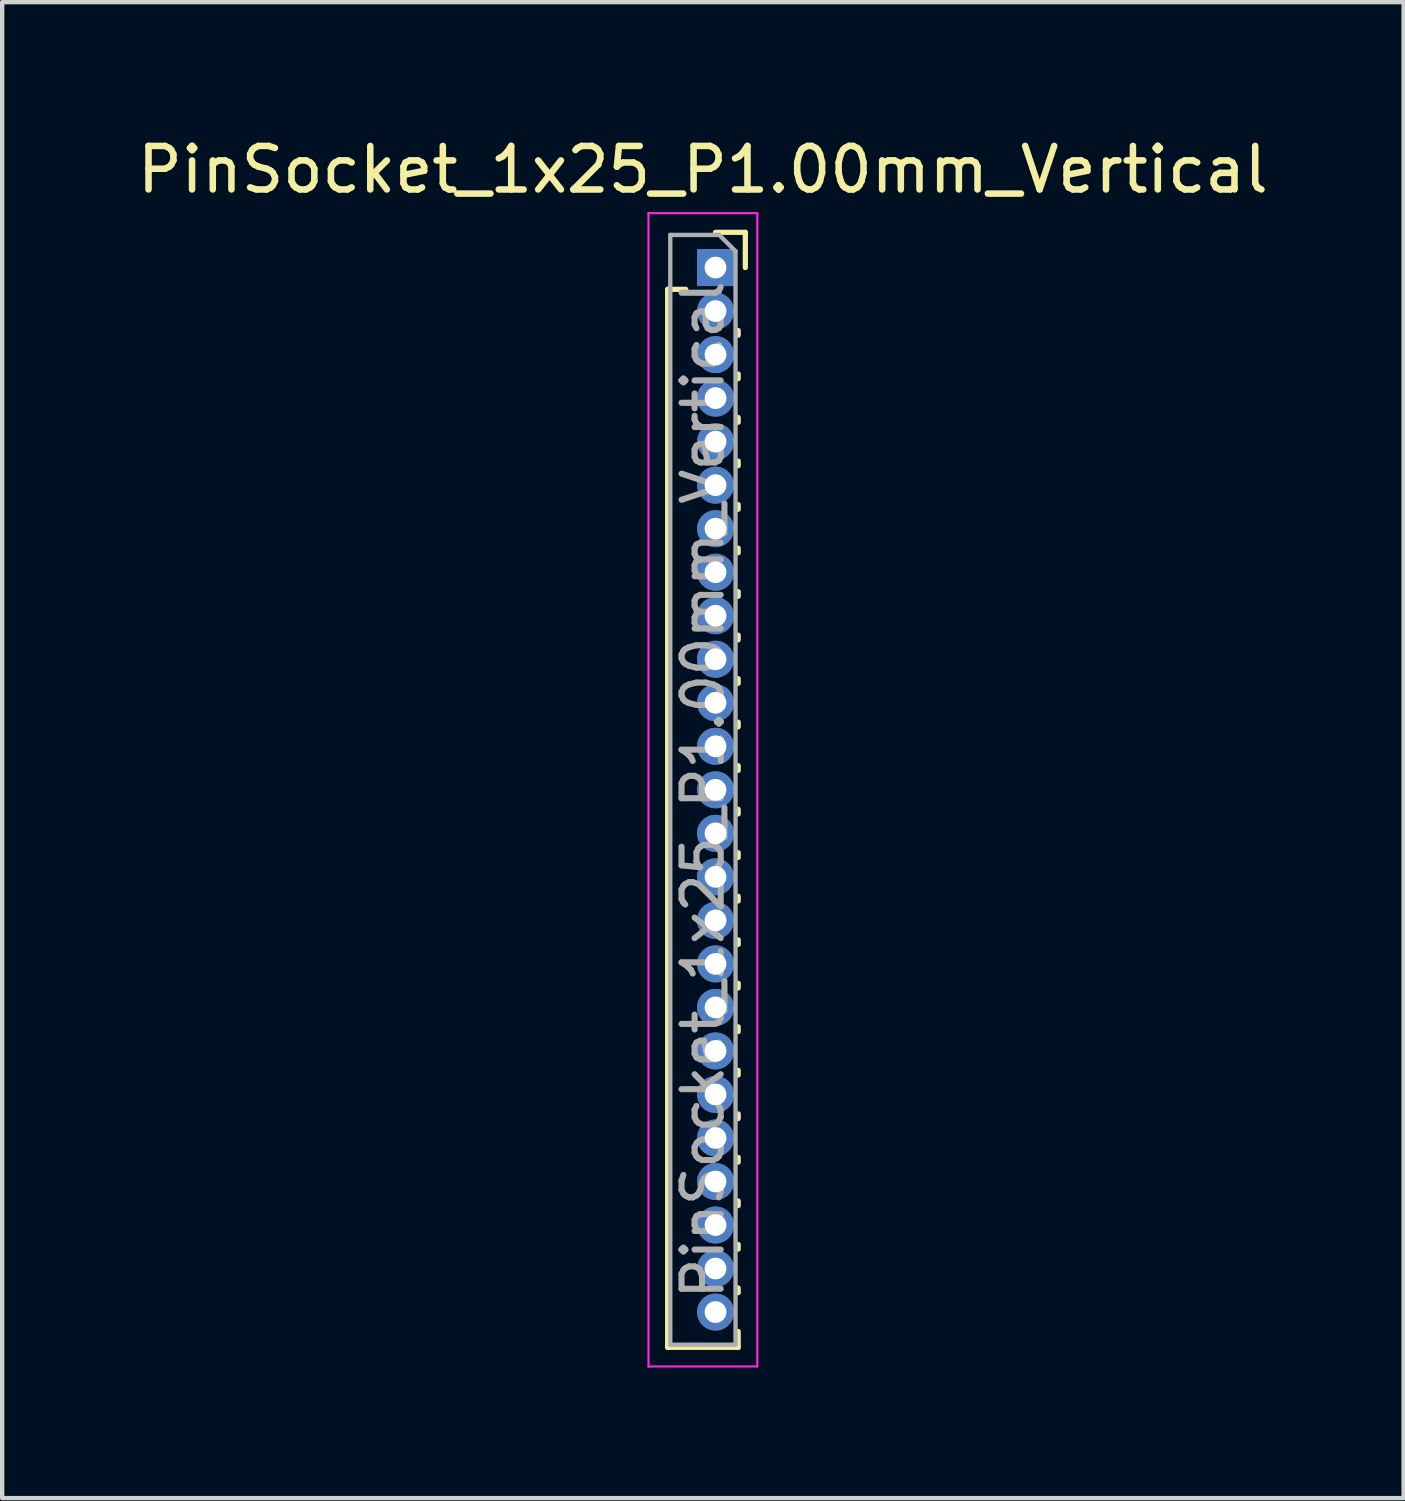
<source format=kicad_pcb>
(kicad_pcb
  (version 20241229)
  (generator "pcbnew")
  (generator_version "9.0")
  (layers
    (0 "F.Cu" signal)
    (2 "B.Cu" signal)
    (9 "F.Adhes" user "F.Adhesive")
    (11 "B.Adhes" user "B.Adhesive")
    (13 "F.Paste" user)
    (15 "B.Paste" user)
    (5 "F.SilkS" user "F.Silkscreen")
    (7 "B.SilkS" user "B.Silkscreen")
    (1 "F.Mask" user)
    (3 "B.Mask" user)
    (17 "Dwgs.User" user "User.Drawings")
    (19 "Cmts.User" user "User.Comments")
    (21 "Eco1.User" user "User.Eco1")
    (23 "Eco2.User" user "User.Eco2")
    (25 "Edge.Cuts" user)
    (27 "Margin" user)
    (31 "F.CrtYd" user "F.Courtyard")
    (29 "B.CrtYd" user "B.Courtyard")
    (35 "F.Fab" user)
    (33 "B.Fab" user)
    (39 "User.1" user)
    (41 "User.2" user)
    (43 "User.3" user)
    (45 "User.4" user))
  (footprint "PinSocket_1x25_P1.00mm_Vertical"
    (layer "F.Cu")
    (at 13.391 3.098)
    (property "Reference" "PinSocket_1x25_P1.00mm_Vertical" (at -0.29 -2.25 0) (layer "F.SilkS") (effects (font (size 1 1) (thickness 0.15))))
    (attr through_hole)
    (fp_line (start -1.1 0.5) (end -1.1 24.81) (stroke (width 0.12) (type solid)) (layer "F.SilkS"))
    (fp_line (start -1.1 0.5) (end -0.685 0.5) (stroke (width 0.12) (type solid)) (layer "F.SilkS"))
    (fp_line (start -1.1 24.81) (end 0.52 24.81) (stroke (width 0.12) (type solid)) (layer "F.SilkS"))
    (fp_line (start 0 -0.81) (end 0.685 -0.81) (stroke (width 0.12) (type solid)) (layer "F.SilkS"))
    (fp_line (start 0.52 1.446) (end 0.52 1.554) (stroke (width 0.12) (type solid)) (layer "F.SilkS"))
    (fp_line (start 0.52 2.446) (end 0.52 2.554) (stroke (width 0.12) (type solid)) (layer "F.SilkS"))
    (fp_line (start 0.52 3.446) (end 0.52 3.554) (stroke (width 0.12) (type solid)) (layer "F.SilkS"))
    (fp_line (start 0.52 4.446) (end 0.52 4.554) (stroke (width 0.12) (type solid)) (layer "F.SilkS"))
    (fp_line (start 0.52 5.446) (end 0.52 5.554) (stroke (width 0.12) (type solid)) (layer "F.SilkS"))
    (fp_line (start 0.52 6.446) (end 0.52 6.554) (stroke (width 0.12) (type solid)) (layer "F.SilkS"))
    (fp_line (start 0.52 7.446) (end 0.52 7.554) (stroke (width 0.12) (type solid)) (layer "F.SilkS"))
    (fp_line (start 0.52 8.446) (end 0.52 8.554) (stroke (width 0.12) (type solid)) (layer "F.SilkS"))
    (fp_line (start 0.52 9.446) (end 0.52 9.554) (stroke (width 0.12) (type solid)) (layer "F.SilkS"))
    (fp_line (start 0.52 10.446) (end 0.52 10.554) (stroke (width 0.12) (type solid)) (layer "F.SilkS"))
    (fp_line (start 0.52 11.446) (end 0.52 11.554) (stroke (width 0.12) (type solid)) (layer "F.SilkS"))
    (fp_line (start 0.52 12.446) (end 0.52 12.554) (stroke (width 0.12) (type solid)) (layer "F.SilkS"))
    (fp_line (start 0.52 13.446) (end 0.52 13.554) (stroke (width 0.12) (type solid)) (layer "F.SilkS"))
    (fp_line (start 0.52 14.446) (end 0.52 14.554) (stroke (width 0.12) (type solid)) (layer "F.SilkS"))
    (fp_line (start 0.52 15.446) (end 0.52 15.554) (stroke (width 0.12) (type solid)) (layer "F.SilkS"))
    (fp_line (start 0.52 16.446) (end 0.52 16.554) (stroke (width 0.12) (type solid)) (layer "F.SilkS"))
    (fp_line (start 0.52 17.446) (end 0.52 17.554) (stroke (width 0.12) (type solid)) (layer "F.SilkS"))
    (fp_line (start 0.52 18.446) (end 0.52 18.554) (stroke (width 0.12) (type solid)) (layer "F.SilkS"))
    (fp_line (start 0.52 19.446) (end 0.52 19.554) (stroke (width 0.12) (type solid)) (layer "F.SilkS"))
    (fp_line (start 0.52 20.446) (end 0.52 20.554) (stroke (width 0.12) (type solid)) (layer "F.SilkS"))
    (fp_line (start 0.52 21.446) (end 0.52 21.554) (stroke (width 0.12) (type solid)) (layer "F.SilkS"))
    (fp_line (start 0.52 22.446) (end 0.52 22.554) (stroke (width 0.12) (type solid)) (layer "F.SilkS"))
    (fp_line (start 0.52 23.446) (end 0.52 23.554) (stroke (width 0.12) (type solid)) (layer "F.SilkS"))
    (fp_line (start 0.52 24.446) (end 0.52 24.81) (stroke (width 0.12) (type solid)) (layer "F.SilkS"))
    (fp_line (start 0.685 -0.81) (end 0.685 0) (stroke (width 0.12) (type solid)) (layer "F.SilkS"))
    (fp_line (start -1.54 -1.25) (end 0.96 -1.25) (stroke (width 0.05) (type solid)) (layer "F.CrtYd"))
    (fp_line (start -1.54 25.25) (end -1.54 -1.25) (stroke (width 0.05) (type solid)) (layer "F.CrtYd"))
    (fp_line (start 0.96 -1.25) (end 0.96 25.25) (stroke (width 0.05) (type solid)) (layer "F.CrtYd"))
    (fp_line (start 0.96 25.25) (end -1.54 25.25) (stroke (width 0.05) (type solid)) (layer "F.CrtYd"))
    (fp_line (start -1.04 -0.75) (end 0.085 -0.75) (stroke (width 0.1) (type solid)) (layer "F.Fab"))
    (fp_line (start -1.04 24.75) (end -1.04 -0.75) (stroke (width 0.1) (type solid)) (layer "F.Fab"))
    (fp_line (start 0.085 -0.75) (end 0.46 -0.375) (stroke (width 0.1) (type solid)) (layer "F.Fab"))
    (fp_line (start 0.46 -0.375) (end 0.46 24.75) (stroke (width 0.1) (type solid)) (layer "F.Fab"))
    (fp_line (start 0.46 24.75) (end -1.04 24.75) (stroke (width 0.1) (type solid)) (layer "F.Fab"))
    (fp_text user "${REFERENCE}" (at -0.29 12 90) (layer "F.Fab") (effects (font (size 0.9 0.9) (thickness 0.14))))
    (pad "1" thru_hole rect (at 0 0) (size 0.85 0.85) (drill 0.5) (layers "*.Cu" "*.Mask"))
    (pad "2" thru_hole oval (at 0 1) (size 0.85 0.85) (drill 0.5) (layers "*.Cu" "*.Mask"))
    (pad "3" thru_hole oval (at 0 2) (size 0.85 0.85) (drill 0.5) (layers "*.Cu" "*.Mask"))
    (pad "4" thru_hole oval (at 0 3) (size 0.85 0.85) (drill 0.5) (layers "*.Cu" "*.Mask"))
    (pad "5" thru_hole oval (at 0 4) (size 0.85 0.85) (drill 0.5) (layers "*.Cu" "*.Mask"))
    (pad "6" thru_hole oval (at 0 5) (size 0.85 0.85) (drill 0.5) (layers "*.Cu" "*.Mask"))
    (pad "7" thru_hole oval (at 0 6) (size 0.85 0.85) (drill 0.5) (layers "*.Cu" "*.Mask"))
    (pad "8" thru_hole oval (at 0 7) (size 0.85 0.85) (drill 0.5) (layers "*.Cu" "*.Mask"))
    (pad "9" thru_hole oval (at 0 8) (size 0.85 0.85) (drill 0.5) (layers "*.Cu" "*.Mask"))
    (pad "10" thru_hole oval (at 0 9) (size 0.85 0.85) (drill 0.5) (layers "*.Cu" "*.Mask"))
    (pad "11" thru_hole oval (at 0 10) (size 0.85 0.85) (drill 0.5) (layers "*.Cu" "*.Mask"))
    (pad "12" thru_hole oval (at 0 11) (size 0.85 0.85) (drill 0.5) (layers "*.Cu" "*.Mask"))
    (pad "13" thru_hole oval (at 0 12) (size 0.85 0.85) (drill 0.5) (layers "*.Cu" "*.Mask"))
    (pad "14" thru_hole oval (at 0 13) (size 0.85 0.85) (drill 0.5) (layers "*.Cu" "*.Mask"))
    (pad "15" thru_hole oval (at 0 14) (size 0.85 0.85) (drill 0.5) (layers "*.Cu" "*.Mask"))
    (pad "16" thru_hole oval (at 0 15) (size 0.85 0.85) (drill 0.5) (layers "*.Cu" "*.Mask"))
    (pad "17" thru_hole oval (at 0 16) (size 0.85 0.85) (drill 0.5) (layers "*.Cu" "*.Mask"))
    (pad "18" thru_hole oval (at 0 17) (size 0.85 0.85) (drill 0.5) (layers "*.Cu" "*.Mask"))
    (pad "19" thru_hole oval (at 0 18) (size 0.85 0.85) (drill 0.5) (layers "*.Cu" "*.Mask"))
    (pad "20" thru_hole oval (at 0 19) (size 0.85 0.85) (drill 0.5) (layers "*.Cu" "*.Mask"))
    (pad "21" thru_hole oval (at 0 20) (size 0.85 0.85) (drill 0.5) (layers "*.Cu" "*.Mask"))
    (pad "22" thru_hole oval (at 0 21) (size 0.85 0.85) (drill 0.5) (layers "*.Cu" "*.Mask"))
    (pad "23" thru_hole oval (at 0 22) (size 0.85 0.85) (drill 0.5) (layers "*.Cu" "*.Mask"))
    (pad "24" thru_hole oval (at 0 23) (size 0.85 0.85) (drill 0.5) (layers "*.Cu" "*.Mask"))
    (pad "25" thru_hole oval (at 0 24) (size 0.85 0.85) (drill 0.5) (layers "*.Cu" "*.Mask")))
  (gr_rect
    (start -3 -3)
    (end 29.202 31.373)
    (stroke (width 0.1) (type default))
    (fill no)
    (layer "Edge.Cuts")))
</source>
